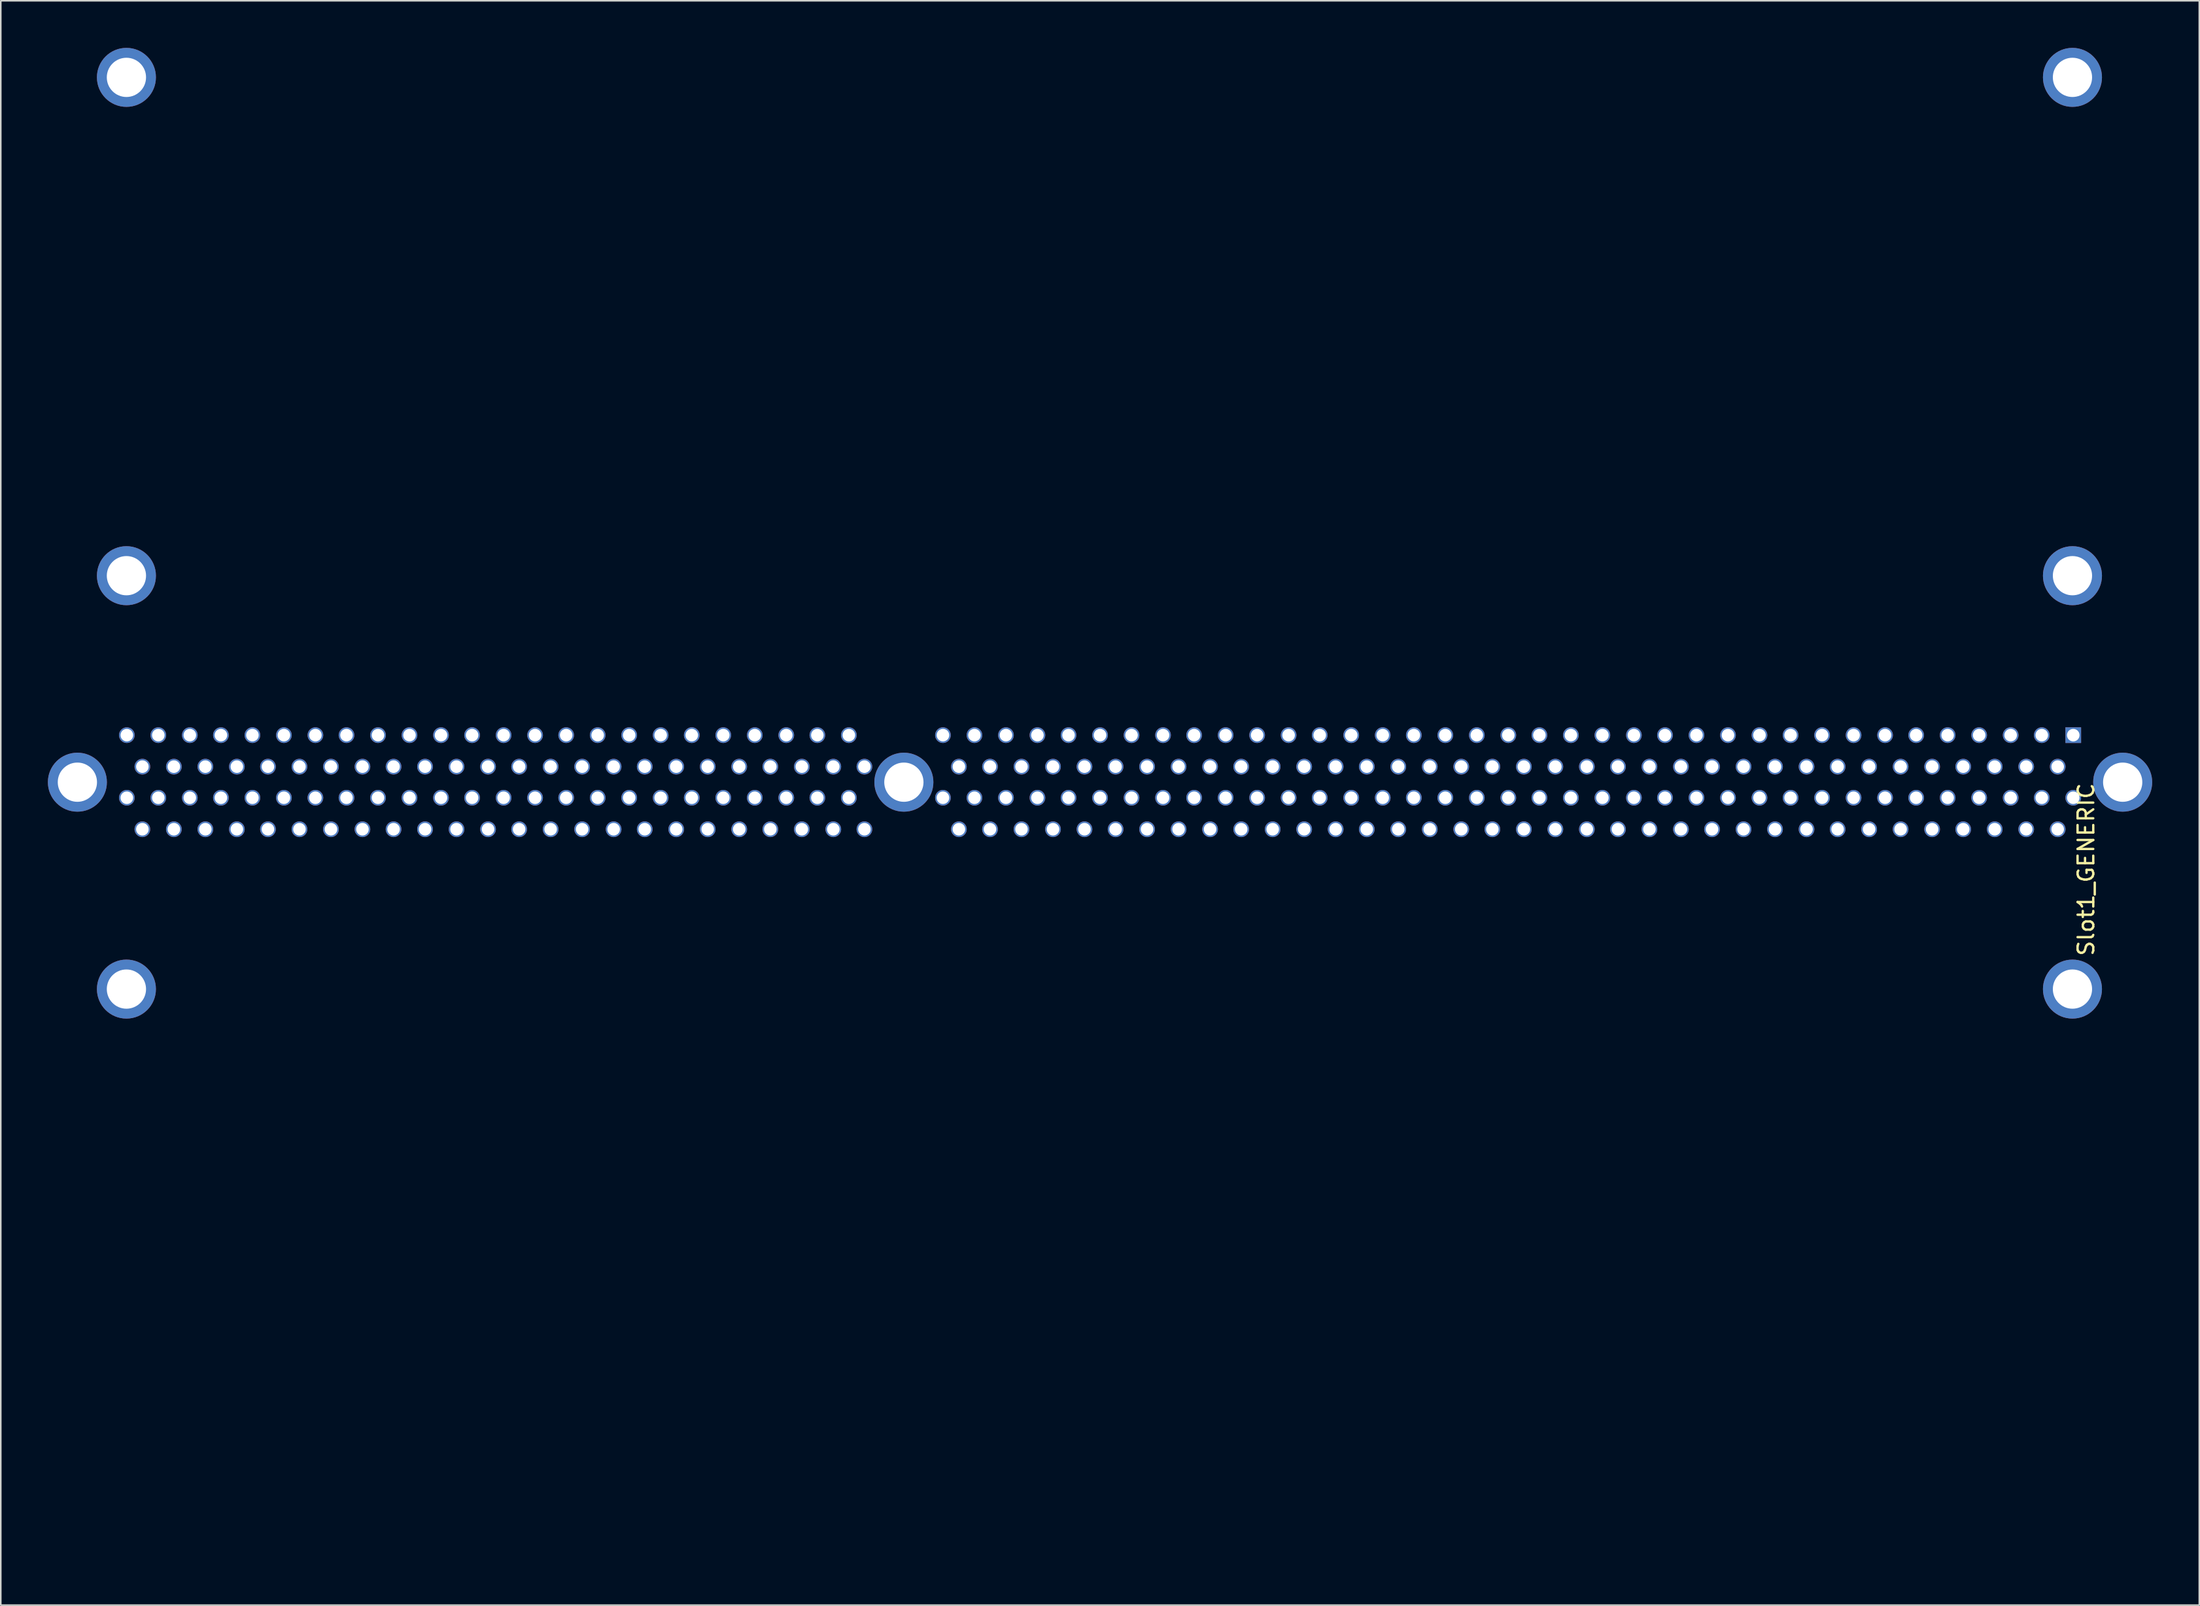
<source format=kicad_pcb>
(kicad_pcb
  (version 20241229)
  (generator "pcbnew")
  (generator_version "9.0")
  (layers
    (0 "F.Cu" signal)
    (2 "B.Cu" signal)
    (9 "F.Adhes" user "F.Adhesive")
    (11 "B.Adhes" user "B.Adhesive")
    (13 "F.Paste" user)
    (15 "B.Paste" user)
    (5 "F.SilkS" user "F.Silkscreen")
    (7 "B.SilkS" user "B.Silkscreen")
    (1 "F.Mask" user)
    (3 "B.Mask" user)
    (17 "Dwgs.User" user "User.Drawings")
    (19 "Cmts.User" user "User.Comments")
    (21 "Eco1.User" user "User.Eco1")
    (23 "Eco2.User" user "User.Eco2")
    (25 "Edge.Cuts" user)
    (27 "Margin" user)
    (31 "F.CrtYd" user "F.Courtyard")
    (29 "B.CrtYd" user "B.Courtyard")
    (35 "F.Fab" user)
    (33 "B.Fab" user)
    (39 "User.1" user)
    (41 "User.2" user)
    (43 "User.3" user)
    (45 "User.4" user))
  (footprint "Slot1_GENERIC"
    (layer "F.Cu")
    (at 38.182 95.97)
    (property "Reference" "Slot1_GENERIC" (at 91.67 -43.62 90) (layer "F.SilkS") (effects (font (size 1 1) (thickness 0.15))))
    (attr through_hole)
    (pad "" thru_hole oval (at -36.302 -49.183 90) (size 3.76 3.76) (drill 2.5) (layers "*.Mask"))
    (pad "" thru_hole oval (at -33.178 -94.09 90) (size 3.76 3.76) (drill 2.5) (layers "*.Mask"))
    (pad "" thru_hole oval (at -33.178 -62.34 90) (size 3.76 3.76) (drill 2.5) (layers "*.Mask"))
    (pad "" thru_hole oval (at -33.178 -36 90) (size 3.76 3.76) (drill 2.5) (layers "*.Mask"))
    (pad "" thru_hole oval (at 16.352 -49.183 90) (size 3.76 3.76) (drill 2.5) (layers "*.Mask"))
    (pad "" thru_hole oval (at 90.8 -94.09 90) (size 3.76 3.76) (drill 2.5) (layers "*.Mask"))
    (pad "" thru_hole oval (at 90.8 -62.34 90) (size 3.76 3.76) (drill 2.5) (layers "*.Mask"))
    (pad "" thru_hole oval (at 90.8 -36 90) (size 3.76 3.76) (drill 2.5) (layers "*.Mask"))
    (pad "" thru_hole oval (at 94 -49.183 90) (size 3.76 3.76) (drill 2.5) (layers "*.Mask"))
    (pad "A01" thru_hole rect (at 90.85 -52.18 90) (size 1 1) (drill 0.8) (layers "*.Cu" "*.Mask"))
    (pad "A02" thru_hole oval (at 89.86 -50.173 90) (size 1 1) (drill 0.8) (layers "*.Cu" "*.Mask"))
    (pad "A03" thru_hole oval (at 88.844 -52.18 90) (size 1 1) (drill 0.8) (layers "*.Cu" "*.Mask"))
    (pad "A04" thru_hole oval (at 87.853 -50.173 90) (size 1 1) (drill 0.8) (layers "*.Cu" "*.Mask"))
    (pad "A05" thru_hole oval (at 86.863 -52.18 90) (size 1 1) (drill 0.8) (layers "*.Cu" "*.Mask"))
    (pad "A06" thru_hole oval (at 85.847 -50.173 90) (size 1 1) (drill 0.8) (layers "*.Cu" "*.Mask"))
    (pad "A07" thru_hole oval (at 84.856 -52.18 90) (size 1 1) (drill 0.8) (layers "*.Cu" "*.Mask"))
    (pad "A08" thru_hole oval (at 83.84 -50.173 90) (size 1 1) (drill 0.8) (layers "*.Cu" "*.Mask"))
    (pad "A09" thru_hole oval (at 82.849 -52.18 90) (size 1 1) (drill 0.8) (layers "*.Cu" "*.Mask"))
    (pad "A10" thru_hole oval (at 81.859 -50.173 90) (size 1 1) (drill 0.8) (layers "*.Cu" "*.Mask"))
    (pad "A11" thru_hole oval (at 80.843 -52.18 90) (size 1 1) (drill 0.8) (layers "*.Cu" "*.Mask"))
    (pad "A12" thru_hole oval (at 79.852 -50.173 90) (size 1 1) (drill 0.8) (layers "*.Cu" "*.Mask"))
    (pad "A13" thru_hole oval (at 78.862 -52.18 90) (size 1 1) (drill 0.8) (layers "*.Cu" "*.Mask"))
    (pad "A14" thru_hole oval (at 77.846 -50.173 90) (size 1 1) (drill 0.8) (layers "*.Cu" "*.Mask"))
    (pad "A15" thru_hole oval (at 76.855 -52.18 90) (size 1 1) (drill 0.8) (layers "*.Cu" "*.Mask"))
    (pad "A16" thru_hole oval (at 75.839 -50.173 90) (size 1 1) (drill 0.8) (layers "*.Cu" "*.Mask"))
    (pad "A17" thru_hole oval (at 74.848 -52.18 90) (size 1 1) (drill 0.8) (layers "*.Cu" "*.Mask"))
    (pad "A18" thru_hole oval (at 73.858 -50.173 90) (size 1 1) (drill 0.8) (layers "*.Cu" "*.Mask"))
    (pad "A19" thru_hole oval (at 72.842 -52.18 90) (size 1 1) (drill 0.8) (layers "*.Cu" "*.Mask"))
    (pad "A20" thru_hole oval (at 71.851 -50.173 90) (size 1 1) (drill 0.8) (layers "*.Cu" "*.Mask"))
    (pad "A21" thru_hole oval (at 70.861 -52.18 90) (size 1 1) (drill 0.8) (layers "*.Cu" "*.Mask"))
    (pad "A22" thru_hole oval (at 69.845 -50.173 90) (size 1 1) (drill 0.8) (layers "*.Cu" "*.Mask"))
    (pad "A23" thru_hole oval (at 68.854 -52.18 90) (size 1 1) (drill 0.8) (layers "*.Cu" "*.Mask"))
    (pad "A24" thru_hole oval (at 67.838 -50.173 90) (size 1 1) (drill 0.8) (layers "*.Cu" "*.Mask"))
    (pad "A25" thru_hole oval (at 66.847 -52.18 90) (size 1 1) (drill 0.8) (layers "*.Cu" "*.Mask"))
    (pad "A26" thru_hole oval (at 65.857 -50.173 90) (size 1 1) (drill 0.8) (layers "*.Cu" "*.Mask"))
    (pad "A27" thru_hole oval (at 64.841 -52.18 90) (size 1 1) (drill 0.8) (layers "*.Cu" "*.Mask"))
    (pad "A28" thru_hole oval (at 63.85 -50.173 90) (size 1 1) (drill 0.8) (layers "*.Cu" "*.Mask"))
    (pad "A29" thru_hole oval (at 62.86 -52.18 90) (size 1 1) (drill 0.8) (layers "*.Cu" "*.Mask"))
    (pad "A30" thru_hole oval (at 61.844 -50.173 90) (size 1 1) (drill 0.8) (layers "*.Cu" "*.Mask"))
    (pad "A31" thru_hole oval (at 60.853 -52.18 90) (size 1 1) (drill 0.8) (layers "*.Cu" "*.Mask"))
    (pad "A32" thru_hole oval (at 59.862 -50.173 90) (size 1 1) (drill 0.8) (layers "*.Cu" "*.Mask"))
    (pad "A33" thru_hole oval (at 58.846 -52.18 90) (size 1 1) (drill 0.8) (layers "*.Cu" "*.Mask"))
    (pad "A34" thru_hole oval (at 57.856 -50.173 90) (size 1 1) (drill 0.8) (layers "*.Cu" "*.Mask"))
    (pad "A35" thru_hole oval (at 56.84 -52.18 90) (size 1 1) (drill 0.8) (layers "*.Cu" "*.Mask"))
    (pad "A36" thru_hole oval (at 55.849 -50.173 90) (size 1 1) (drill 0.8) (layers "*.Cu" "*.Mask"))
    (pad "A37" thru_hole oval (at 54.859 -52.18 90) (size 1 1) (drill 0.8) (layers "*.Cu" "*.Mask"))
    (pad "A38" thru_hole oval (at 53.843 -50.173 90) (size 1 1) (drill 0.8) (layers "*.Cu" "*.Mask"))
    (pad "A39" thru_hole oval (at 52.852 -52.18 90) (size 1 1) (drill 0.8) (layers "*.Cu" "*.Mask"))
    (pad "A40" thru_hole oval (at 51.861 -50.173 90) (size 1 1) (drill 0.8) (layers "*.Cu" "*.Mask"))
    (pad "A41" thru_hole oval (at 50.845 -52.18 90) (size 1 1) (drill 0.8) (layers "*.Cu" "*.Mask"))
    (pad "A42" thru_hole oval (at 49.855 -50.173 90) (size 1 1) (drill 0.8) (layers "*.Cu" "*.Mask"))
    (pad "A43" thru_hole oval (at 48.839 -52.18 90) (size 1 1) (drill 0.8) (layers "*.Cu" "*.Mask"))
    (pad "A44" thru_hole oval (at 47.848 -50.173 90) (size 1 1) (drill 0.8) (layers "*.Cu" "*.Mask"))
    (pad "A45" thru_hole oval (at 46.858 -52.18 90) (size 1 1) (drill 0.8) (layers "*.Cu" "*.Mask"))
    (pad "A46" thru_hole oval (at 45.842 -50.173 90) (size 1 1) (drill 0.8) (layers "*.Cu" "*.Mask"))
    (pad "A47" thru_hole oval (at 44.851 -52.18 90) (size 1 1) (drill 0.8) (layers "*.Cu" "*.Mask"))
    (pad "A48" thru_hole oval (at 43.86 -50.173 90) (size 1 1) (drill 0.8) (layers "*.Cu" "*.Mask"))
    (pad "A49" thru_hole oval (at 42.844 -52.18 90) (size 1 1) (drill 0.8) (layers "*.Cu" "*.Mask"))
    (pad "A50" thru_hole oval (at 41.854 -50.173 90) (size 1 1) (drill 0.8) (layers "*.Cu" "*.Mask"))
    (pad "A51" thru_hole oval (at 40.863 -52.18 90) (size 1 1) (drill 0.8) (layers "*.Cu" "*.Mask"))
    (pad "A52" thru_hole oval (at 39.847 -50.173 90) (size 1 1) (drill 0.8) (layers "*.Cu" "*.Mask"))
    (pad "A53" thru_hole oval (at 38.857 -52.18 90) (size 1 1) (drill 0.8) (layers "*.Cu" "*.Mask"))
    (pad "A54" thru_hole oval (at 37.841 -50.173 90) (size 1 1) (drill 0.8) (layers "*.Cu" "*.Mask"))
    (pad "A55" thru_hole oval (at 36.85 -52.18 90) (size 1 1) (drill 0.8) (layers "*.Cu" "*.Mask"))
    (pad "A56" thru_hole oval (at 35.859 -50.173 90) (size 1 1) (drill 0.8) (layers "*.Cu" "*.Mask"))
    (pad "A57" thru_hole oval (at 34.843 -52.18 90) (size 1 1) (drill 0.8) (layers "*.Cu" "*.Mask"))
    (pad "A58" thru_hole oval (at 33.853 -50.173 90) (size 1 1) (drill 0.8) (layers "*.Cu" "*.Mask"))
    (pad "A59" thru_hole oval (at 32.862 -52.18 90) (size 1 1) (drill 0.8) (layers "*.Cu" "*.Mask"))
    (pad "A60" thru_hole oval (at 31.846 -50.173 90) (size 1 1) (drill 0.8) (layers "*.Cu" "*.Mask"))
    (pad "A61" thru_hole oval (at 30.856 -52.18 90) (size 1 1) (drill 0.8) (layers "*.Cu" "*.Mask"))
    (pad "A62" thru_hole oval (at 29.84 -50.173 90) (size 1 1) (drill 0.8) (layers "*.Cu" "*.Mask"))
    (pad "A63" thru_hole oval (at 28.849 -52.18 90) (size 1 1) (drill 0.8) (layers "*.Cu" "*.Mask"))
    (pad "A64" thru_hole oval (at 27.858 -50.173 90) (size 1 1) (drill 0.8) (layers "*.Cu" "*.Mask"))
    (pad "A65" thru_hole oval (at 26.842 -52.18 90) (size 1 1) (drill 0.8) (layers "*.Cu" "*.Mask"))
    (pad "A66" thru_hole oval (at 25.852 -50.173 90) (size 1 1) (drill 0.8) (layers "*.Cu" "*.Mask"))
    (pad "A67" thru_hole oval (at 24.861 -52.18 90) (size 1 1) (drill 0.8) (layers "*.Cu" "*.Mask"))
    (pad "A68" thru_hole oval (at 23.845 -50.173 90) (size 1 1) (drill 0.8) (layers "*.Cu" "*.Mask"))
    (pad "A69" thru_hole oval (at 22.855 -52.18 90) (size 1 1) (drill 0.8) (layers "*.Cu" "*.Mask"))
    (pad "A70" thru_hole oval (at 21.839 -50.173 90) (size 1 1) (drill 0.8) (layers "*.Cu" "*.Mask"))
    (pad "A71" thru_hole oval (at 20.848 -52.18 90) (size 1 1) (drill 0.8) (layers "*.Cu" "*.Mask"))
    (pad "A72" thru_hole oval (at 19.857 -50.173 90) (size 1 1) (drill 0.8) (layers "*.Cu" "*.Mask"))
    (pad "A73" thru_hole oval (at 18.841 -52.18 90) (size 1 1) (drill 0.8) (layers "*.Cu" "*.Mask"))
    (pad "A74" thru_hole oval (at 13.838 -50.173 90) (size 1 1) (drill 0.8) (layers "*.Cu" "*.Mask"))
    (pad "A75" thru_hole oval (at 12.847 -52.18 90) (size 1 1) (drill 0.8) (layers "*.Cu" "*.Mask"))
    (pad "A76" thru_hole oval (at 11.856 -50.173 90) (size 1 1) (drill 0.8) (layers "*.Cu" "*.Mask"))
    (pad "A77" thru_hole oval (at 10.84 -52.18 90) (size 1 1) (drill 0.8) (layers "*.Cu" "*.Mask"))
    (pad "A78" thru_hole oval (at 9.85 -50.173 90) (size 1 1) (drill 0.8) (layers "*.Cu" "*.Mask"))
    (pad "A79" thru_hole oval (at 8.859 -52.18 90) (size 1 1) (drill 0.8) (layers "*.Cu" "*.Mask"))
    (pad "A80" thru_hole oval (at 7.843 -50.173 90) (size 1 1) (drill 0.8) (layers "*.Cu" "*.Mask"))
    (pad "A81" thru_hole oval (at 6.853 -52.18 90) (size 1 1) (drill 0.8) (layers "*.Cu" "*.Mask"))
    (pad "A82" thru_hole oval (at 5.862 -50.173 90) (size 1 1) (drill 0.8) (layers "*.Cu" "*.Mask"))
    (pad "A83" thru_hole oval (at 4.846 -52.18 90) (size 1 1) (drill 0.8) (layers "*.Cu" "*.Mask"))
    (pad "A84" thru_hole oval (at 3.855 -50.173 90) (size 1 1) (drill 0.8) (layers "*.Cu" "*.Mask"))
    (pad "A85" thru_hole oval (at 2.839 -52.18 90) (size 1 1) (drill 0.8) (layers "*.Cu" "*.Mask"))
    (pad "A86" thru_hole oval (at 1.849 -50.173 90) (size 1 1) (drill 0.8) (layers "*.Cu" "*.Mask"))
    (pad "A87" thru_hole oval (at 0.858 -52.18 90) (size 1 1) (drill 0.8) (layers "*.Cu" "*.Mask"))
    (pad "A88" thru_hole oval (at -0.158 -50.173 90) (size 1 1) (drill 0.8) (layers "*.Cu" "*.Mask"))
    (pad "A89" thru_hole oval (at -1.148 -52.18 90) (size 1 1) (drill 0.8) (layers "*.Cu" "*.Mask"))
    (pad "A90" thru_hole oval (at -2.139 -50.173 90) (size 1 1) (drill 0.8) (layers "*.Cu" "*.Mask"))
    (pad "A91" thru_hole oval (at -3.155 -52.18 90) (size 1 1) (drill 0.8) (layers "*.Cu" "*.Mask"))
    (pad "A92" thru_hole oval (at -4.146 -50.173 90) (size 1 1) (drill 0.8) (layers "*.Cu" "*.Mask"))
    (pad "A93" thru_hole oval (at -5.162 -52.18 90) (size 1 1) (drill 0.8) (layers "*.Cu" "*.Mask"))
    (pad "A94" thru_hole oval (at -6.152 -50.173 90) (size 1 1) (drill 0.8) (layers "*.Cu" "*.Mask"))
    (pad "A95" thru_hole oval (at -7.143 -52.18 90) (size 1 1) (drill 0.8) (layers "*.Cu" "*.Mask"))
    (pad "A96" thru_hole oval (at -8.159 -50.173 90) (size 1 1) (drill 0.8) (layers "*.Cu" "*.Mask"))
    (pad "A97" thru_hole oval (at -9.149 -52.18 90) (size 1 1) (drill 0.8) (layers "*.Cu" "*.Mask"))
    (pad "A98" thru_hole oval (at -10.14 -50.173 90) (size 1 1) (drill 0.8) (layers "*.Cu" "*.Mask"))
    (pad "A99" thru_hole oval (at -11.156 -52.18 90) (size 1 1) (drill 0.8) (layers "*.Cu" "*.Mask"))
    (pad "A100" thru_hole oval (at -12.147 -50.173 90) (size 1 1) (drill 0.8) (layers "*.Cu" "*.Mask"))
    (pad "A101" thru_hole oval (at -13.137 -52.18 90) (size 1 1) (drill 0.8) (layers "*.Cu" "*.Mask"))
    (pad "A102" thru_hole oval (at -14.153 -50.173 90) (size 1 1) (drill 0.8) (layers "*.Cu" "*.Mask"))
    (pad "A103" thru_hole oval (at -15.144 -52.18 90) (size 1 1) (drill 0.8) (layers "*.Cu" "*.Mask"))
    (pad "A104" thru_hole oval (at -16.16 -50.173 90) (size 1 1) (drill 0.8) (layers "*.Cu" "*.Mask"))
    (pad "A105" thru_hole oval (at -17.15 -52.18 90) (size 1 1) (drill 0.8) (layers "*.Cu" "*.Mask"))
    (pad "A106" thru_hole oval (at -18.141 -50.173 90) (size 1 1) (drill 0.8) (layers "*.Cu" "*.Mask"))
    (pad "A107" thru_hole oval (at -19.157 -52.18 90) (size 1 1) (drill 0.8) (layers "*.Cu" "*.Mask"))
    (pad "A108" thru_hole oval (at -20.148 -50.173 90) (size 1 1) (drill 0.8) (layers "*.Cu" "*.Mask"))
    (pad "A109" thru_hole oval (at -21.138 -52.18 90) (size 1 1) (drill 0.8) (layers "*.Cu" "*.Mask"))
    (pad "A110" thru_hole oval (at -22.154 -50.173 90) (size 1 1) (drill 0.8) (layers "*.Cu" "*.Mask"))
    (pad "A111" thru_hole oval (at -23.145 -52.18 90) (size 1 1) (drill 0.8) (layers "*.Cu" "*.Mask"))
    (pad "A112" thru_hole oval (at -24.161 -50.173 90) (size 1 1) (drill 0.8) (layers "*.Cu" "*.Mask"))
    (pad "A113" thru_hole oval (at -25.151 -52.18 90) (size 1 1) (drill 0.8) (layers "*.Cu" "*.Mask"))
    (pad "A114" thru_hole oval (at -26.142 -50.173 90) (size 1 1) (drill 0.8) (layers "*.Cu" "*.Mask"))
    (pad "A115" thru_hole oval (at -27.158 -52.18 90) (size 1 1) (drill 0.8) (layers "*.Cu" "*.Mask"))
    (pad "A116" thru_hole oval (at -28.149 -50.173 90) (size 1 1) (drill 0.8) (layers "*.Cu" "*.Mask"))
    (pad "A117" thru_hole oval (at -29.139 -52.18 90) (size 1 1) (drill 0.8) (layers "*.Cu" "*.Mask"))
    (pad "A118" thru_hole oval (at -30.155 -50.173 90) (size 1 1) (drill 0.8) (layers "*.Cu" "*.Mask"))
    (pad "A119" thru_hole oval (at -31.146 -52.18 90) (size 1 1) (drill 0.8) (layers "*.Cu" "*.Mask"))
    (pad "A120" thru_hole oval (at -32.162 -50.173 90) (size 1 1) (drill 0.8) (layers "*.Cu" "*.Mask"))
    (pad "A121" thru_hole oval (at -33.152 -52.18 90) (size 1 1) (drill 0.8) (layers "*.Cu" "*.Mask"))
    (pad "B01" thru_hole oval (at 90.85 -48.192 90) (size 1 1) (drill 0.8) (layers "*.Cu" "*.Mask"))
    (pad "B02" thru_hole oval (at 89.86 -46.185 90) (size 1 1) (drill 0.8) (layers "*.Cu" "*.Mask"))
    (pad "B03" thru_hole oval (at 88.844 -48.192 90) (size 1 1) (drill 0.8) (layers "*.Cu" "*.Mask"))
    (pad "B04" thru_hole oval (at 87.853 -46.185 90) (size 1 1) (drill 0.8) (layers "*.Cu" "*.Mask"))
    (pad "B05" thru_hole oval (at 86.863 -48.192 90) (size 1 1) (drill 0.8) (layers "*.Cu" "*.Mask"))
    (pad "B06" thru_hole oval (at 85.847 -46.185 90) (size 1 1) (drill 0.8) (layers "*.Cu" "*.Mask"))
    (pad "B07" thru_hole oval (at 84.856 -48.192 90) (size 1 1) (drill 0.8) (layers "*.Cu" "*.Mask"))
    (pad "B08" thru_hole oval (at 83.84 -46.185 90) (size 1 1) (drill 0.8) (layers "*.Cu" "*.Mask"))
    (pad "B09" thru_hole oval (at 82.849 -48.192 90) (size 1 1) (drill 0.8) (layers "*.Cu" "*.Mask"))
    (pad "B10" thru_hole oval (at 81.859 -46.185 90) (size 1 1) (drill 0.8) (layers "*.Cu" "*.Mask"))
    (pad "B11" thru_hole oval (at 80.843 -48.192 90) (size 1 1) (drill 0.8) (layers "*.Cu" "*.Mask"))
    (pad "B12" thru_hole oval (at 79.852 -46.185 90) (size 1 1) (drill 0.8) (layers "*.Cu" "*.Mask"))
    (pad "B13" thru_hole oval (at 78.862 -48.192 90) (size 1 1) (drill 0.8) (layers "*.Cu" "*.Mask"))
    (pad "B14" thru_hole oval (at 77.846 -46.185 90) (size 1 1) (drill 0.8) (layers "*.Cu" "*.Mask"))
    (pad "B15" thru_hole oval (at 76.855 -48.192 90) (size 1 1) (drill 0.8) (layers "*.Cu" "*.Mask"))
    (pad "B16" thru_hole oval (at 75.839 -46.185 90) (size 1 1) (drill 0.8) (layers "*.Cu" "*.Mask"))
    (pad "B17" thru_hole oval (at 74.848 -48.192 90) (size 1 1) (drill 0.8) (layers "*.Cu" "*.Mask"))
    (pad "B18" thru_hole oval (at 73.858 -46.185 90) (size 1 1) (drill 0.8) (layers "*.Cu" "*.Mask"))
    (pad "B19" thru_hole oval (at 72.842 -48.192 90) (size 1 1) (drill 0.8) (layers "*.Cu" "*.Mask"))
    (pad "B20" thru_hole oval (at 71.851 -46.185 90) (size 1 1) (drill 0.8) (layers "*.Cu" "*.Mask"))
    (pad "B21" thru_hole oval (at 70.861 -48.192 90) (size 1 1) (drill 0.8) (layers "*.Cu" "*.Mask"))
    (pad "B22" thru_hole oval (at 69.845 -46.185 90) (size 1 1) (drill 0.8) (layers "*.Cu" "*.Mask"))
    (pad "B23" thru_hole oval (at 68.854 -48.192 90) (size 1 1) (drill 0.8) (layers "*.Cu" "*.Mask"))
    (pad "B24" thru_hole oval (at 67.838 -46.185 90) (size 1 1) (drill 0.8) (layers "*.Cu" "*.Mask"))
    (pad "B25" thru_hole oval (at 66.847 -48.192 90) (size 1 1) (drill 0.8) (layers "*.Cu" "*.Mask"))
    (pad "B26" thru_hole oval (at 65.857 -46.185 90) (size 1 1) (drill 0.8) (layers "*.Cu" "*.Mask"))
    (pad "B27" thru_hole oval (at 64.841 -48.192 90) (size 1 1) (drill 0.8) (layers "*.Cu" "*.Mask"))
    (pad "B28" thru_hole oval (at 63.85 -46.185 90) (size 1 1) (drill 0.8) (layers "*.Cu" "*.Mask"))
    (pad "B29" thru_hole oval (at 62.86 -48.192 90) (size 1 1) (drill 0.8) (layers "*.Cu" "*.Mask"))
    (pad "B30" thru_hole oval (at 61.844 -46.185 90) (size 1 1) (drill 0.8) (layers "*.Cu" "*.Mask"))
    (pad "B31" thru_hole oval (at 60.853 -48.192 90) (size 1 1) (drill 0.8) (layers "*.Cu" "*.Mask"))
    (pad "B32" thru_hole oval (at 59.862 -46.185 90) (size 1 1) (drill 0.8) (layers "*.Cu" "*.Mask"))
    (pad "B33" thru_hole oval (at 58.846 -48.192 90) (size 1 1) (drill 0.8) (layers "*.Cu" "*.Mask"))
    (pad "B34" thru_hole oval (at 57.856 -46.185 90) (size 1 1) (drill 0.8) (layers "*.Cu" "*.Mask"))
    (pad "B35" thru_hole oval (at 56.84 -48.192 90) (size 1 1) (drill 0.8) (layers "*.Cu" "*.Mask"))
    (pad "B36" thru_hole oval (at 55.849 -46.185 90) (size 1 1) (drill 0.8) (layers "*.Cu" "*.Mask"))
    (pad "B37" thru_hole oval (at 54.859 -48.192 90) (size 1 1) (drill 0.8) (layers "*.Cu" "*.Mask"))
    (pad "B38" thru_hole oval (at 53.843 -46.185 90) (size 1 1) (drill 0.8) (layers "*.Cu" "*.Mask"))
    (pad "B39" thru_hole oval (at 52.852 -48.192 90) (size 1 1) (drill 0.8) (layers "*.Cu" "*.Mask"))
    (pad "B40" thru_hole oval (at 51.861 -46.185 90) (size 1 1) (drill 0.8) (layers "*.Cu" "*.Mask"))
    (pad "B41" thru_hole oval (at 50.845 -48.192 90) (size 1 1) (drill 0.8) (layers "*.Cu" "*.Mask"))
    (pad "B42" thru_hole oval (at 49.855 -46.185 90) (size 1 1) (drill 0.8) (layers "*.Cu" "*.Mask"))
    (pad "B43" thru_hole oval (at 48.839 -48.192 90) (size 1 1) (drill 0.8) (layers "*.Cu" "*.Mask"))
    (pad "B44" thru_hole oval (at 47.848 -46.185 90) (size 1 1) (drill 0.8) (layers "*.Cu" "*.Mask"))
    (pad "B45" thru_hole oval (at 46.858 -48.192 90) (size 1 1) (drill 0.8) (layers "*.Cu" "*.Mask"))
    (pad "B46" thru_hole oval (at 45.842 -46.185 90) (size 1 1) (drill 0.8) (layers "*.Cu" "*.Mask"))
    (pad "B47" thru_hole oval (at 44.851 -48.192 90) (size 1 1) (drill 0.8) (layers "*.Cu" "*.Mask"))
    (pad "B48" thru_hole oval (at 43.86 -46.185 90) (size 1 1) (drill 0.8) (layers "*.Cu" "*.Mask"))
    (pad "B49" thru_hole oval (at 42.844 -48.192 90) (size 1 1) (drill 0.8) (layers "*.Cu" "*.Mask"))
    (pad "B50" thru_hole oval (at 41.854 -46.185 90) (size 1 1) (drill 0.8) (layers "*.Cu" "*.Mask"))
    (pad "B51" thru_hole oval (at 40.863 -48.192 90) (size 1 1) (drill 0.8) (layers "*.Cu" "*.Mask"))
    (pad "B52" thru_hole oval (at 39.847 -46.185 90) (size 1 1) (drill 0.8) (layers "*.Cu" "*.Mask"))
    (pad "B53" thru_hole oval (at 38.857 -48.192 90) (size 1 1) (drill 0.8) (layers "*.Cu" "*.Mask"))
    (pad "B54" thru_hole oval (at 37.841 -46.185 90) (size 1 1) (drill 0.8) (layers "*.Cu" "*.Mask"))
    (pad "B55" thru_hole oval (at 36.85 -48.192 90) (size 1 1) (drill 0.8) (layers "*.Cu" "*.Mask"))
    (pad "B56" thru_hole oval (at 35.859 -46.185 90) (size 1 1) (drill 0.8) (layers "*.Cu" "*.Mask"))
    (pad "B57" thru_hole oval (at 34.843 -48.192 90) (size 1 1) (drill 0.8) (layers "*.Cu" "*.Mask"))
    (pad "B58" thru_hole oval (at 33.853 -46.185 90) (size 1 1) (drill 0.8) (layers "*.Cu" "*.Mask"))
    (pad "B59" thru_hole oval (at 32.862 -48.192 90) (size 1 1) (drill 0.8) (layers "*.Cu" "*.Mask"))
    (pad "B60" thru_hole oval (at 31.846 -46.185 90) (size 1 1) (drill 0.8) (layers "*.Cu" "*.Mask"))
    (pad "B61" thru_hole oval (at 30.856 -48.192 90) (size 1 1) (drill 0.8) (layers "*.Cu" "*.Mask"))
    (pad "B62" thru_hole oval (at 29.84 -46.185 90) (size 1 1) (drill 0.8) (layers "*.Cu" "*.Mask"))
    (pad "B63" thru_hole oval (at 28.849 -48.192 90) (size 1 1) (drill 0.8) (layers "*.Cu" "*.Mask"))
    (pad "B64" thru_hole oval (at 27.858 -46.185 90) (size 1 1) (drill 0.8) (layers "*.Cu" "*.Mask"))
    (pad "B65" thru_hole oval (at 26.842 -48.192 90) (size 1 1) (drill 0.8) (layers "*.Cu" "*.Mask"))
    (pad "B66" thru_hole oval (at 25.852 -46.185 90) (size 1 1) (drill 0.8) (layers "*.Cu" "*.Mask"))
    (pad "B67" thru_hole oval (at 24.861 -48.192 90) (size 1 1) (drill 0.8) (layers "*.Cu" "*.Mask"))
    (pad "B68" thru_hole oval (at 23.845 -46.185 90) (size 1 1) (drill 0.8) (layers "*.Cu" "*.Mask"))
    (pad "B69" thru_hole oval (at 22.855 -48.192 90) (size 1 1) (drill 0.8) (layers "*.Cu" "*.Mask"))
    (pad "B70" thru_hole oval (at 21.839 -46.185 90) (size 1 1) (drill 0.8) (layers "*.Cu" "*.Mask"))
    (pad "B71" thru_hole oval (at 20.848 -48.192 90) (size 1 1) (drill 0.8) (layers "*.Cu" "*.Mask"))
    (pad "B72" thru_hole oval (at 19.857 -46.185 90) (size 1 1) (drill 0.8) (layers "*.Cu" "*.Mask"))
    (pad "B73" thru_hole oval (at 18.841 -48.192 90) (size 1 1) (drill 0.8) (layers "*.Cu" "*.Mask"))
    (pad "B74" thru_hole oval (at 13.838 -46.185 90) (size 1 1) (drill 0.8) (layers "*.Cu" "*.Mask"))
    (pad "B75" thru_hole oval (at 12.847 -48.192 90) (size 1 1) (drill 0.8) (layers "*.Cu" "*.Mask"))
    (pad "B76" thru_hole oval (at 11.856 -46.185 90) (size 1 1) (drill 0.8) (layers "*.Cu" "*.Mask"))
    (pad "B77" thru_hole oval (at 10.84 -48.192 90) (size 1 1) (drill 0.8) (layers "*.Cu" "*.Mask"))
    (pad "B78" thru_hole oval (at 9.85 -46.185 90) (size 1 1) (drill 0.8) (layers "*.Cu" "*.Mask"))
    (pad "B79" thru_hole oval (at 8.859 -48.192 90) (size 1 1) (drill 0.8) (layers "*.Cu" "*.Mask"))
    (pad "B80" thru_hole oval (at 7.843 -46.185 90) (size 1 1) (drill 0.8) (layers "*.Cu" "*.Mask"))
    (pad "B81" thru_hole oval (at 6.853 -48.192 90) (size 1 1) (drill 0.8) (layers "*.Cu" "*.Mask"))
    (pad "B82" thru_hole oval (at 5.862 -46.185 90) (size 1 1) (drill 0.8) (layers "*.Cu" "*.Mask"))
    (pad "B83" thru_hole oval (at 4.846 -48.192 90) (size 1 1) (drill 0.8) (layers "*.Cu" "*.Mask"))
    (pad "B84" thru_hole oval (at 3.855 -46.185 90) (size 1 1) (drill 0.8) (layers "*.Cu" "*.Mask"))
    (pad "B85" thru_hole oval (at 2.839 -48.192 90) (size 1 1) (drill 0.8) (layers "*.Cu" "*.Mask"))
    (pad "B86" thru_hole oval (at 1.849 -46.185 90) (size 1 1) (drill 0.8) (layers "*.Cu" "*.Mask"))
    (pad "B87" thru_hole oval (at 0.858 -48.192 90) (size 1 1) (drill 0.8) (layers "*.Cu" "*.Mask"))
    (pad "B88" thru_hole oval (at -0.158 -46.185 90) (size 1 1) (drill 0.8) (layers "*.Cu" "*.Mask"))
    (pad "B89" thru_hole oval (at -1.148 -48.192 90) (size 1 1) (drill 0.8) (layers "*.Cu" "*.Mask"))
    (pad "B90" thru_hole oval (at -2.139 -46.185 90) (size 1 1) (drill 0.8) (layers "*.Cu" "*.Mask"))
    (pad "B91" thru_hole oval (at -3.155 -48.192 90) (size 1 1) (drill 0.8) (layers "*.Cu" "*.Mask"))
    (pad "B92" thru_hole oval (at -4.146 -46.185 90) (size 1 1) (drill 0.8) (layers "*.Cu" "*.Mask"))
    (pad "B93" thru_hole oval (at -5.162 -48.192 90) (size 1 1) (drill 0.8) (layers "*.Cu" "*.Mask"))
    (pad "B94" thru_hole oval (at -6.152 -46.185 90) (size 1 1) (drill 0.8) (layers "*.Cu" "*.Mask"))
    (pad "B95" thru_hole oval (at -7.143 -48.192 90) (size 1 1) (drill 0.8) (layers "*.Cu" "*.Mask"))
    (pad "B96" thru_hole oval (at -8.159 -46.185 90) (size 1 1) (drill 0.8) (layers "*.Cu" "*.Mask"))
    (pad "B97" thru_hole oval (at -9.149 -48.192 90) (size 1 1) (drill 0.8) (layers "*.Cu" "*.Mask"))
    (pad "B98" thru_hole oval (at -10.14 -46.185 90) (size 1 1) (drill 0.8) (layers "*.Cu" "*.Mask"))
    (pad "B99" thru_hole oval (at -11.156 -48.192 90) (size 1 1) (drill 0.8) (layers "*.Cu" "*.Mask"))
    (pad "B100" thru_hole oval (at -12.147 -46.185 90) (size 1 1) (drill 0.8) (layers "*.Cu" "*.Mask"))
    (pad "B101" thru_hole oval (at -13.137 -48.192 90) (size 1 1) (drill 0.8) (layers "*.Cu" "*.Mask"))
    (pad "B102" thru_hole oval (at -14.153 -46.185 90) (size 1 1) (drill 0.8) (layers "*.Cu" "*.Mask"))
    (pad "B103" thru_hole oval (at -15.144 -48.192 90) (size 1 1) (drill 0.8) (layers "*.Cu" "*.Mask"))
    (pad "B104" thru_hole oval (at -16.16 -46.185 90) (size 1 1) (drill 0.8) (layers "*.Cu" "*.Mask"))
    (pad "B105" thru_hole oval (at -17.15 -48.192 90) (size 1 1) (drill 0.8) (layers "*.Cu" "*.Mask"))
    (pad "B106" thru_hole oval (at -18.141 -46.185 90) (size 1 1) (drill 0.8) (layers "*.Cu" "*.Mask"))
    (pad "B107" thru_hole oval (at -19.157 -48.192 90) (size 1 1) (drill 0.8) (layers "*.Cu" "*.Mask"))
    (pad "B108" thru_hole oval (at -20.148 -46.185 90) (size 1 1) (drill 0.8) (layers "*.Cu" "*.Mask"))
    (pad "B109" thru_hole oval (at -21.138 -48.192 90) (size 1 1) (drill 0.8) (layers "*.Cu" "*.Mask"))
    (pad "B110" thru_hole oval (at -22.154 -46.185 90) (size 1 1) (drill 0.8) (layers "*.Cu" "*.Mask"))
    (pad "B111" thru_hole oval (at -23.145 -48.192 90) (size 1 1) (drill 0.8) (layers "*.Cu" "*.Mask"))
    (pad "B112" thru_hole oval (at -24.161 -46.185 90) (size 1 1) (drill 0.8) (layers "*.Cu" "*.Mask"))
    (pad "B113" thru_hole oval (at -25.151 -48.192 90) (size 1 1) (drill 0.8) (layers "*.Cu" "*.Mask"))
    (pad "B114" thru_hole oval (at -26.142 -46.185 90) (size 1 1) (drill 0.8) (layers "*.Cu" "*.Mask"))
    (pad "B115" thru_hole oval (at -27.158 -48.192 90) (size 1 1) (drill 0.8) (layers "*.Cu" "*.Mask"))
    (pad "B116" thru_hole oval (at -28.149 -46.185 90) (size 1 1) (drill 0.8) (layers "*.Cu" "*.Mask"))
    (pad "B117" thru_hole oval (at -29.139 -48.192 90) (size 1 1) (drill 0.8) (layers "*.Cu" "*.Mask"))
    (pad "B118" thru_hole oval (at -30.155 -46.185 90) (size 1 1) (drill 0.8) (layers "*.Cu" "*.Mask"))
    (pad "B119" thru_hole oval (at -31.146 -48.192 90) (size 1 1) (drill 0.8) (layers "*.Cu" "*.Mask"))
    (pad "B120" thru_hole oval (at -32.162 -46.185 90) (size 1 1) (drill 0.8) (layers "*.Cu" "*.Mask"))
    (pad "B121" thru_hole oval (at -33.152 -48.192 90) (size 1 1) (drill 0.8) (layers "*.Cu" "*.Mask")))
  (gr_rect
    (start -3 -3)
    (end 137.062 99.22)
    (stroke (width 0.1) (type default))
    (fill no)
    (layer "Edge.Cuts")))
</source>
